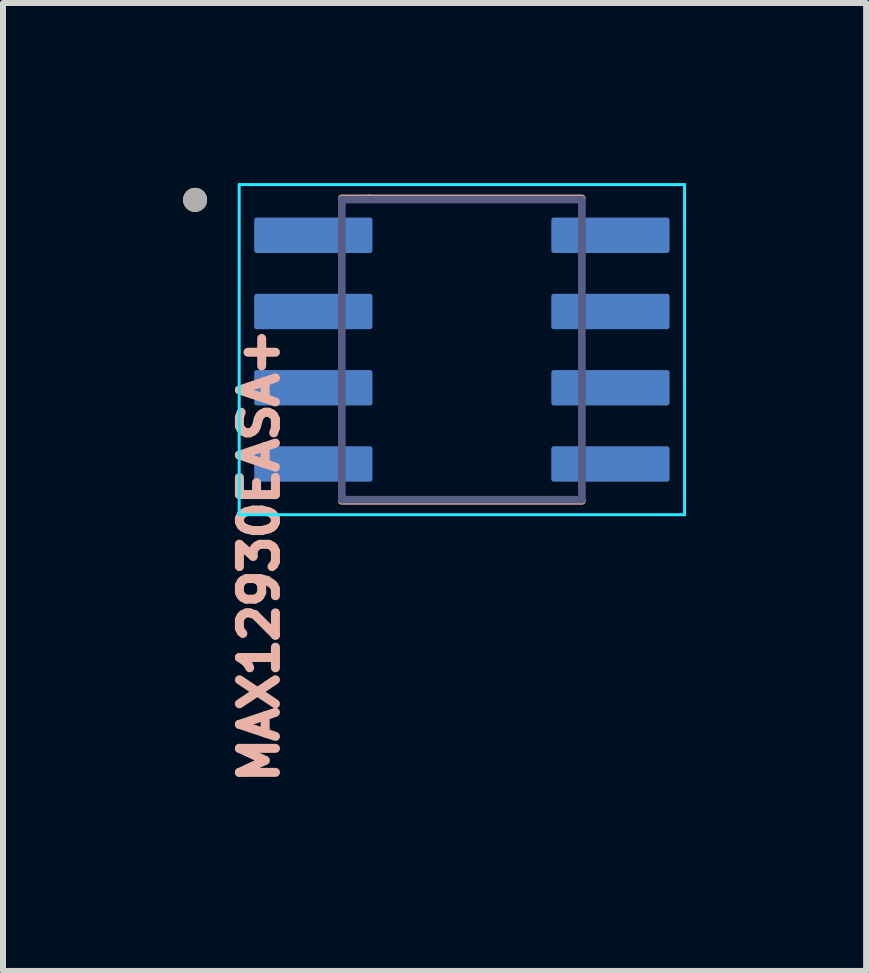
<source format=kicad_pcb>
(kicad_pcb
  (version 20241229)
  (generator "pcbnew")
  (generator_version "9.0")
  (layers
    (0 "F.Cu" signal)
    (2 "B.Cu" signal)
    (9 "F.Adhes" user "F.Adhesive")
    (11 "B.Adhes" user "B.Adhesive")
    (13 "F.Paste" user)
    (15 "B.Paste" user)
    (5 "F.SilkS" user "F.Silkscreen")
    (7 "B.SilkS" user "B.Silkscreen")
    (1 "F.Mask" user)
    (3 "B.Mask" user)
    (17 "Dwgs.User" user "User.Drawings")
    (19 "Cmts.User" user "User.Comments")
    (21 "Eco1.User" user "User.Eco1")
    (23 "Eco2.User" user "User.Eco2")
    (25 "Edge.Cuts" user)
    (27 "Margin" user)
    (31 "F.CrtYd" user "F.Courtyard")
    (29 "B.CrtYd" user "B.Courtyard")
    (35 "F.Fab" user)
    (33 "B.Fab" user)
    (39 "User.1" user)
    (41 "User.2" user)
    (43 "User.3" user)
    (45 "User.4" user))
  (footprint "MAX12930EASA+"
    (layer "F.Cu")
    (at 4.645 2.775)
    (property "Reference" "MAX12930EASA+" (at -3.376 3.429 90) (layer "B.SilkS") (effects (font (size 0.6 0.6) (thickness 0.15))))
    (attr through_hole)
    (fp_circle (center -4.445 -2.495) (end -4.345 -2.495) (stroke (width 0.2) (type solid)) (fill no) (layer "F.SilkS"))
    (fp_line (start -2 -2.52) (end -1.549 -2.52) (stroke (width 0.127) (type solid)) (layer "B.SilkS"))
    (fp_line (start -2 2.52) (end 2 2.52) (stroke (width 0.127) (type solid)) (layer "B.SilkS"))
    (fp_line (start -1.549 -2.52) (end 2 -2.52) (stroke (width 0.127) (type solid)) (layer "B.SilkS"))
    (fp_line (start -3.71 -2.75) (end -3.71 2.75) (stroke (width 0.05) (type solid)) (layer "B.CrtYd"))
    (fp_line (start -3.71 -2.75) (end 3.71 -2.75) (stroke (width 0.05) (type solid)) (layer "B.CrtYd"))
    (fp_line (start -3.71 2.75) (end 3.71 2.75) (stroke (width 0.05) (type solid)) (layer "B.CrtYd"))
    (fp_line (start 3.71 -2.75) (end 3.71 2.75) (stroke (width 0.05) (type solid)) (layer "B.CrtYd"))
    (fp_line (start -2 -2.5) (end -2 2.5) (stroke (width 0.127) (type solid)) (layer "B.Fab"))
    (fp_line (start -2 -2.5) (end 2 -2.5) (stroke (width 0.127) (type solid)) (layer "B.Fab"))
    (fp_line (start -2 2.5) (end 2 2.5) (stroke (width 0.127) (type solid)) (layer "B.Fab"))
    (fp_line (start 2 -2.5) (end 2 2.5) (stroke (width 0.127) (type solid)) (layer "B.Fab"))
    (fp_circle (center -4.445 -2.495) (end -4.345 -2.495) (stroke (width 0.2) (type solid)) (fill no) (layer "F.Fab"))
    (pad "1" smd roundrect (at -2.475 -1.905) (size 1.97 0.59) (layers "B.Cu" "B.Mask" "B.Paste") (roundrect_rratio 0.07))
    (pad "2" smd roundrect (at -2.475 -0.635) (size 1.97 0.59) (layers "B.Cu" "B.Mask" "B.Paste") (roundrect_rratio 0.07))
    (pad "3" smd roundrect (at -2.475 0.635) (size 1.97 0.59) (layers "B.Cu" "B.Mask" "B.Paste") (roundrect_rratio 0.07))
    (pad "4" smd roundrect (at -2.475 1.905) (size 1.97 0.59) (layers "B.Cu" "B.Mask" "B.Paste") (roundrect_rratio 0.07))
    (pad "5" smd roundrect (at 2.475 1.905) (size 1.97 0.59) (layers "B.Cu" "B.Mask" "B.Paste") (roundrect_rratio 0.07))
    (pad "6" smd roundrect (at 2.475 0.635) (size 1.97 0.59) (layers "B.Cu" "B.Mask" "B.Paste") (roundrect_rratio 0.07))
    (pad "7" smd roundrect (at 2.475 -0.635) (size 1.97 0.59) (layers "B.Cu" "B.Mask" "B.Paste") (roundrect_rratio 0.07))
    (pad "8" smd roundrect (at 2.475 -1.905) (size 1.97 0.59) (layers "B.Cu" "B.Mask" "B.Paste") (roundrect_rratio 0.07)))
  (gr_rect
    (start -3 -3)
    (end 11.38 13.126)
    (stroke (width 0.1) (type default))
    (fill no)
    (layer "Edge.Cuts")))
</source>
